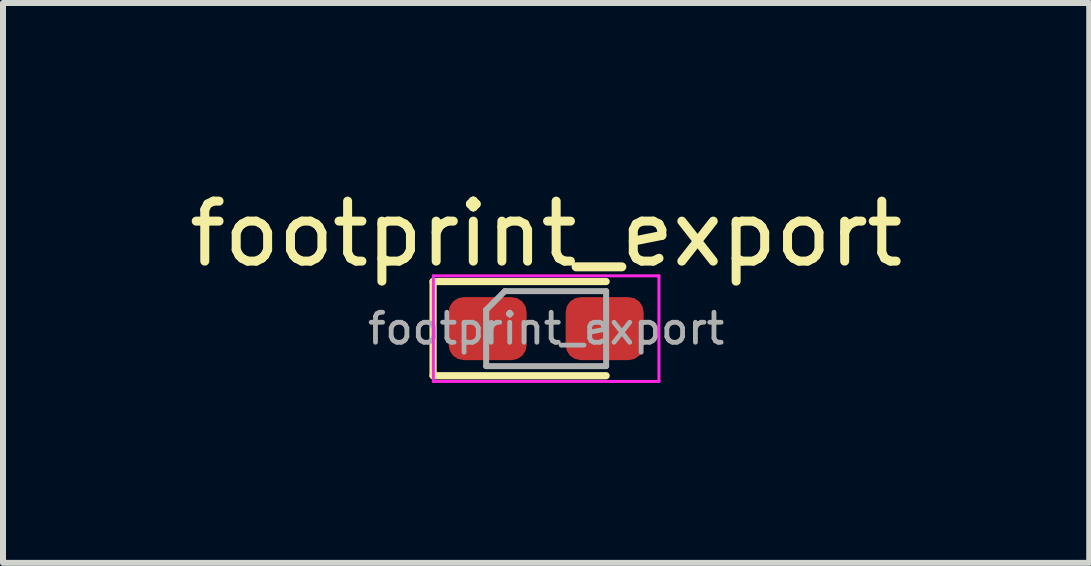
<source format=kicad_pcb>
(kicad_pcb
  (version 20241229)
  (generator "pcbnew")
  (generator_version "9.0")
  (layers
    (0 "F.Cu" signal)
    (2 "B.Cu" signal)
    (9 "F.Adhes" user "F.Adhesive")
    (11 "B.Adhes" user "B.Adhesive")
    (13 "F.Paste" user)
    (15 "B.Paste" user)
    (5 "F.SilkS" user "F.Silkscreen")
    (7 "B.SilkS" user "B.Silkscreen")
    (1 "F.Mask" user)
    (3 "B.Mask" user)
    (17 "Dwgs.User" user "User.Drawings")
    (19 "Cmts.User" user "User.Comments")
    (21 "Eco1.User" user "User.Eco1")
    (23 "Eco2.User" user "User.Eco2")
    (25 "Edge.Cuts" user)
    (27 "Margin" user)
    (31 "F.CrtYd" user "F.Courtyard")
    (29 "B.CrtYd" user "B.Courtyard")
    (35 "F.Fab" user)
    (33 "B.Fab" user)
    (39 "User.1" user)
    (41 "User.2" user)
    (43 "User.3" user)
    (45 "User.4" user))
  (footprint "footprint_export"
    (layer "F.Cu")
    (at 6.054 2.428)
    (property "Reference" "footprint_export" (at 0 -1.58 0) (layer "F.SilkS") (effects (font (size 1 1) (thickness 0.15))))
    (attr smd)
    (fp_line (start -1.885 -0.785) (end -1.885 0.785) (stroke (width 0.12) (type solid)) (layer "F.SilkS"))
    (fp_line (start -1.885 0.785) (end 1 0.785) (stroke (width 0.12) (type solid)) (layer "F.SilkS"))
    (fp_line (start 1 -0.785) (end -1.885 -0.785) (stroke (width 0.12) (type solid)) (layer "F.SilkS"))
    (fp_line (start -1.88 -0.88) (end 1.88 -0.88) (stroke (width 0.05) (type solid)) (layer "F.CrtYd"))
    (fp_line (start -1.88 0.88) (end -1.88 -0.88) (stroke (width 0.05) (type solid)) (layer "F.CrtYd"))
    (fp_line (start 1.88 -0.88) (end 1.88 0.88) (stroke (width 0.05) (type solid)) (layer "F.CrtYd"))
    (fp_line (start 1.88 0.88) (end -1.88 0.88) (stroke (width 0.05) (type solid)) (layer "F.CrtYd"))
    (fp_line (start -1 -0.312) (end -1 0.625) (stroke (width 0.1) (type solid)) (layer "F.Fab"))
    (fp_line (start -1 0.625) (end 1 0.625) (stroke (width 0.1) (type solid)) (layer "F.Fab"))
    (fp_line (start -0.688 -0.625) (end -1 -0.312) (stroke (width 0.1) (type solid)) (layer "F.Fab"))
    (fp_line (start 1 -0.625) (end -0.688 -0.625) (stroke (width 0.1) (type solid)) (layer "F.Fab"))
    (fp_line (start 1 0.625) (end 1 -0.625) (stroke (width 0.1) (type solid)) (layer "F.Fab"))
    (fp_text user "${REFERENCE}" (at 0 0 0) (layer "F.Fab") (effects (font (size 0.5 0.5) (thickness 0.08))))
    (pad "1" smd roundrect (at -0.975 0) (size 1.3 1.05) (layers "F.Cu" "F.Mask" "F.Paste") (roundrect_rratio 0.238))
    (pad "2" smd roundrect (at 0.975 0) (size 1.3 1.05) (layers "F.Cu" "F.Mask" "F.Paste") (roundrect_rratio 0.238)))
  (gr_rect
    (start -3 -3)
    (end 15.107 6.333)
    (stroke (width 0.1) (type default))
    (fill no)
    (layer "Edge.Cuts")))
</source>
